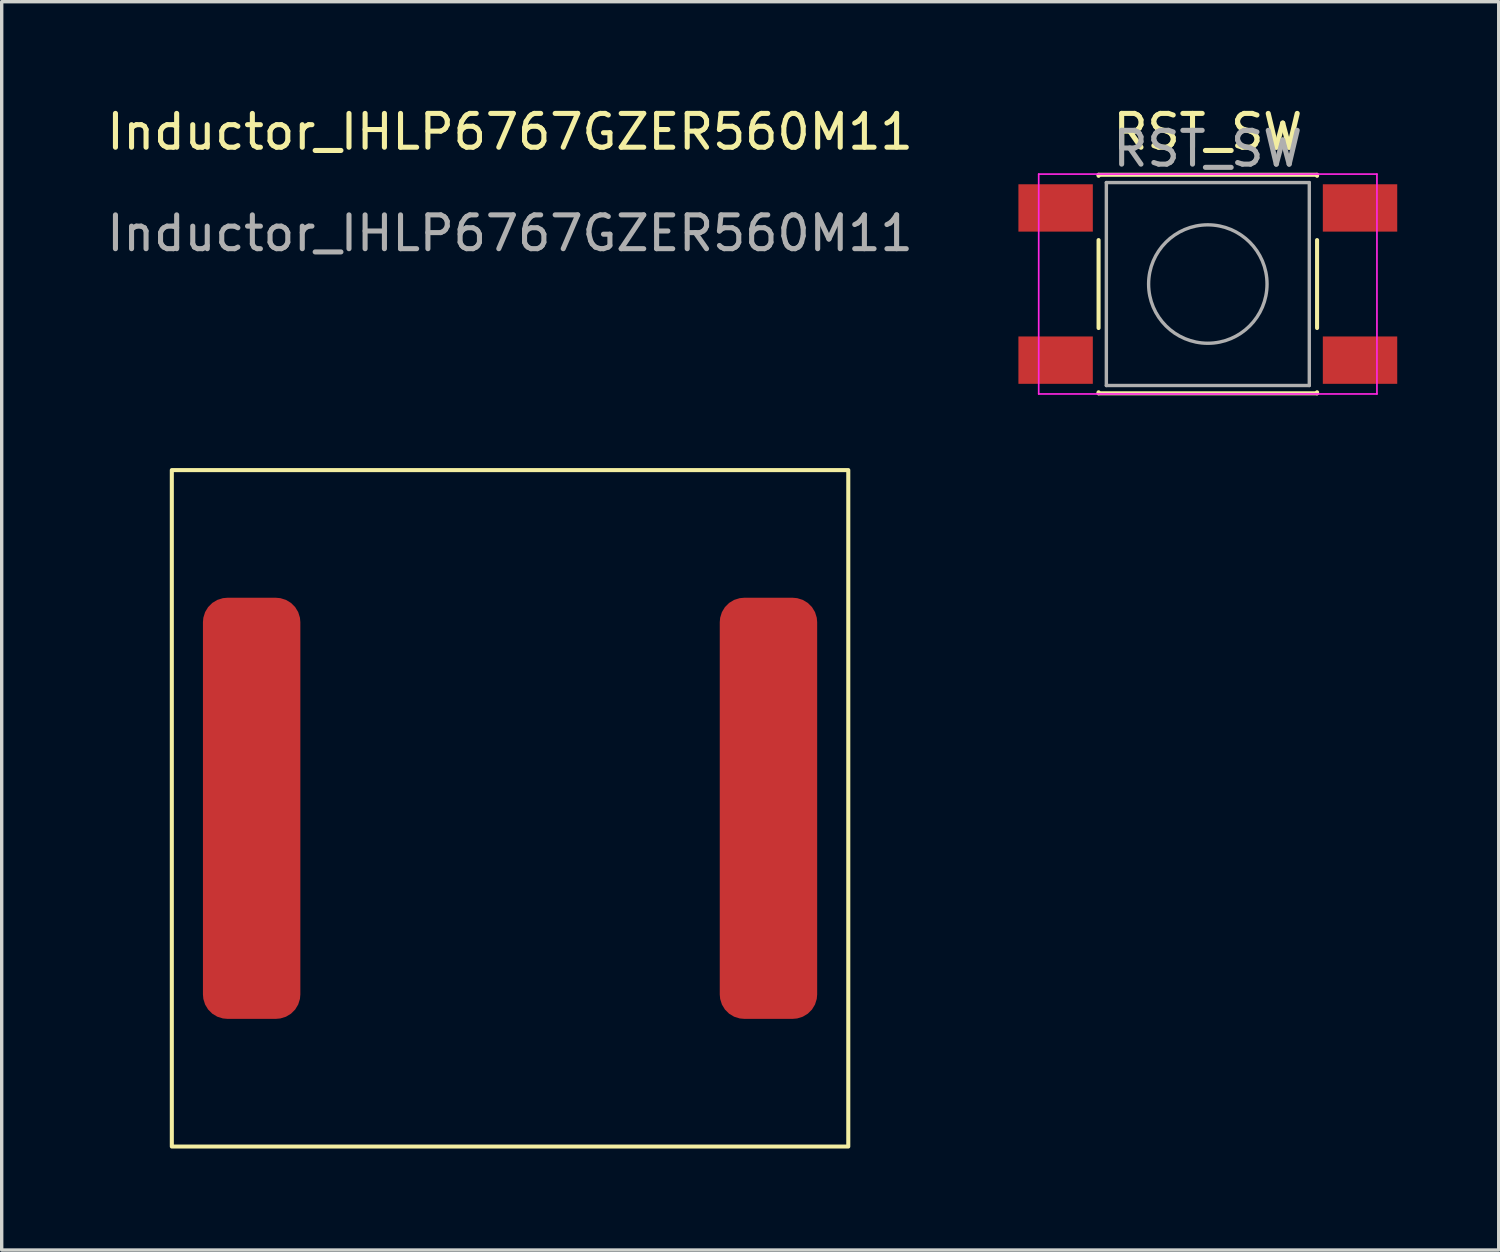
<source format=kicad_pcb>
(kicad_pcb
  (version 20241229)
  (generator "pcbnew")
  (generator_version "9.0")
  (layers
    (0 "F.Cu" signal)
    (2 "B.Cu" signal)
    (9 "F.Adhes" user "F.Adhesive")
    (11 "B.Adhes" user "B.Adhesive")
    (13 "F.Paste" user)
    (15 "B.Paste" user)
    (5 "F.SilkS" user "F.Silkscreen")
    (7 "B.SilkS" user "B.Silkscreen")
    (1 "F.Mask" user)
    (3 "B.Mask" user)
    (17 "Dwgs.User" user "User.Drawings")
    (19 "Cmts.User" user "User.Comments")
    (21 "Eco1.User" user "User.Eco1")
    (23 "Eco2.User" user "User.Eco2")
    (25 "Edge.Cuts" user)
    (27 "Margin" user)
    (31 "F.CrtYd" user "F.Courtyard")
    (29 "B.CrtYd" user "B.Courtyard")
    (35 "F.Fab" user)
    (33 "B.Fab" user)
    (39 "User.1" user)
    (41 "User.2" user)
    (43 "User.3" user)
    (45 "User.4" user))
  (footprint "Inductor_IHLP6767GZER560M11"
    (layer "F.Cu")
    (at 12.03 20.848)
    (property "Reference" "Inductor_IHLP6767GZER560M11" (at 0 -20 0) (unlocked yes) (layer "F.SilkS") (effects (font (size 1 1) (thickness 0.15))))
    (attr smd)
    (fp_rect (start -10 -10) (end 10 10) (stroke (width 0.12) (type solid)) (fill no) (layer "F.SilkS"))
    (fp_text user "${REFERENCE}" (at 0 -17 0) (unlocked yes) (layer "F.Fab") (effects (font (size 1 1) (thickness 0.15))))
    (pad "1" smd roundrect (at -7.64 0) (size 2.88 12.45) (layers "F.Cu" "F.Mask" "F.Paste") (roundrect_rratio 0.25))
    (pad "2" smd roundrect (at 7.64 0) (size 2.88 12.45) (layers "F.Cu" "F.Mask" "F.Paste") (roundrect_rratio 0.25)))
  (footprint "RST_SW"
    (layer "F.Cu")
    (at 32.66 5.348)
    (property "Reference" "RST_SW" (at 0 -4.5 0) (unlocked yes) (layer "F.SilkS") (effects (font (size 1 1) (thickness 0.15))))
    (attr smd)
    (fp_line (start -3.23 -3.23) (end 3.23 -3.23) (stroke (width 0.12) (type solid)) (layer "F.SilkS"))
    (fp_line (start -3.23 -3.2) (end -3.23 -3.23) (stroke (width 0.12) (type solid)) (layer "F.SilkS"))
    (fp_line (start -3.23 -1.3) (end -3.23 1.3) (stroke (width 0.12) (type solid)) (layer "F.SilkS"))
    (fp_line (start -3.23 3.23) (end -3.23 3.2) (stroke (width 0.12) (type solid)) (layer "F.SilkS"))
    (fp_line (start -3.23 3.23) (end 3.23 3.23) (stroke (width 0.12) (type solid)) (layer "F.SilkS"))
    (fp_line (start 3.23 -3.23) (end 3.23 -3.2) (stroke (width 0.12) (type solid)) (layer "F.SilkS"))
    (fp_line (start 3.23 -1.3) (end 3.23 1.3) (stroke (width 0.12) (type solid)) (layer "F.SilkS"))
    (fp_line (start 3.23 3.23) (end 3.23 3.2) (stroke (width 0.12) (type solid)) (layer "F.SilkS"))
    (fp_line (start -5 -3.25) (end -5 3.25) (stroke (width 0.05) (type solid)) (layer "F.CrtYd"))
    (fp_line (start -5 -3.25) (end 5 -3.25) (stroke (width 0.05) (type solid)) (layer "F.CrtYd"))
    (fp_line (start -5 3.25) (end 5 3.25) (stroke (width 0.05) (type solid)) (layer "F.CrtYd"))
    (fp_line (start 5 3.25) (end 5 -3.25) (stroke (width 0.05) (type solid)) (layer "F.CrtYd"))
    (fp_line (start -3 -3) (end -3 3) (stroke (width 0.1) (type solid)) (layer "F.Fab"))
    (fp_line (start -3 3) (end 3 3) (stroke (width 0.1) (type solid)) (layer "F.Fab"))
    (fp_line (start 3 -3) (end -3 -3) (stroke (width 0.1) (type solid)) (layer "F.Fab"))
    (fp_line (start 3 3) (end 3 -3) (stroke (width 0.1) (type solid)) (layer "F.Fab"))
    (fp_circle (center 0 0) (end 1.75 -0.05) (stroke (width 0.1) (type solid)) (fill no) (layer "F.Fab"))
    (fp_text user "${REFERENCE}" (at 0 -4 0) (unlocked yes) (layer "F.Fab") (effects (font (size 1 1) (thickness 0.15))))
    (pad "1" smd rect (at -4.5 -2.25) (size 2.2 1.4) (layers "F.Cu" "F.Mask" "F.Paste"))
    (pad "1" smd rect (at 4.5 -2.25) (size 2.2 1.4) (layers "F.Cu" "F.Mask" "F.Paste"))
    (pad "2" smd rect (at -4.5 2.25) (size 2.2 1.4) (layers "F.Cu" "F.Mask" "F.Paste"))
    (pad "2" smd rect (at 4.5 2.25) (size 2.2 1.4) (layers "F.Cu" "F.Mask" "F.Paste")))
  (gr_rect
    (start -3 -3)
    (end 41.26 33.908)
    (stroke (width 0.1) (type default))
    (fill no)
    (layer "Edge.Cuts")))
</source>
